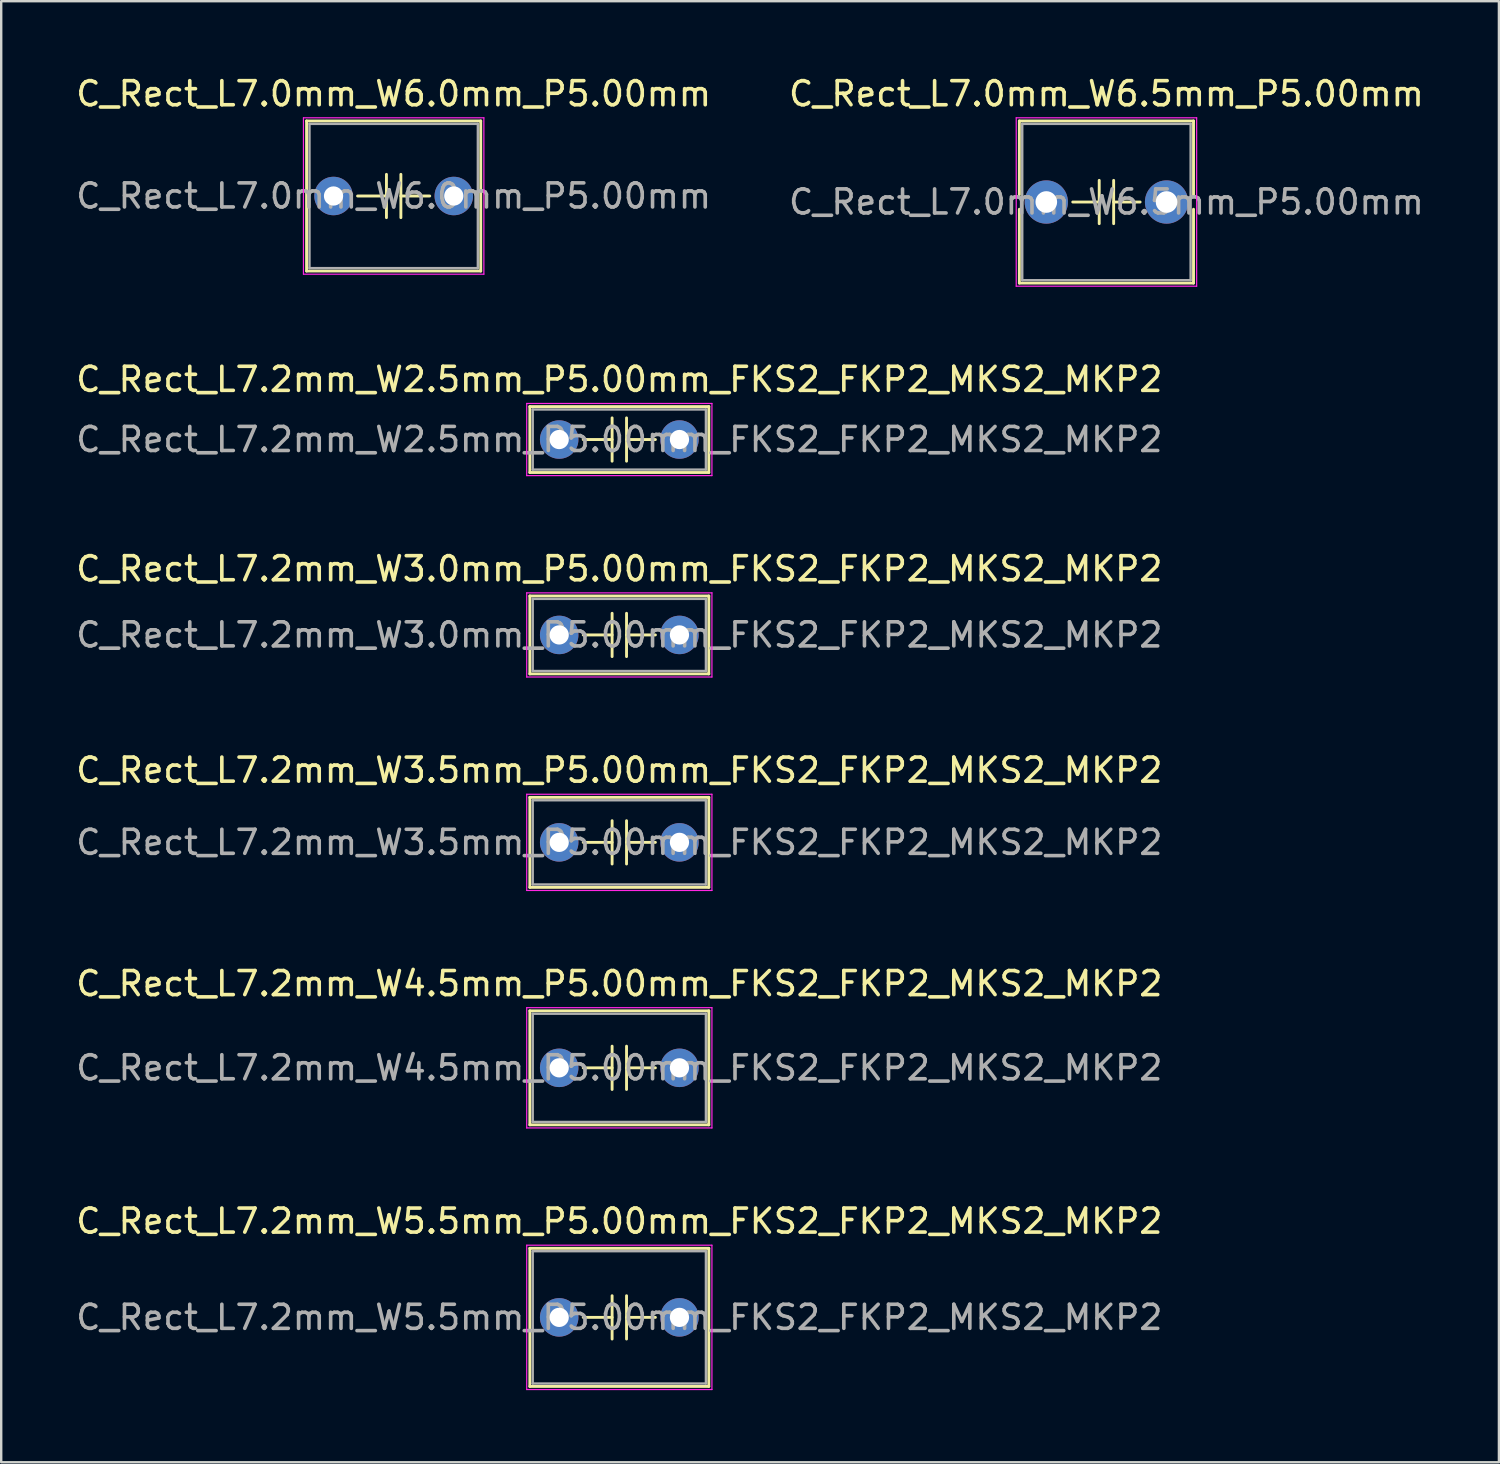
<source format=kicad_pcb>
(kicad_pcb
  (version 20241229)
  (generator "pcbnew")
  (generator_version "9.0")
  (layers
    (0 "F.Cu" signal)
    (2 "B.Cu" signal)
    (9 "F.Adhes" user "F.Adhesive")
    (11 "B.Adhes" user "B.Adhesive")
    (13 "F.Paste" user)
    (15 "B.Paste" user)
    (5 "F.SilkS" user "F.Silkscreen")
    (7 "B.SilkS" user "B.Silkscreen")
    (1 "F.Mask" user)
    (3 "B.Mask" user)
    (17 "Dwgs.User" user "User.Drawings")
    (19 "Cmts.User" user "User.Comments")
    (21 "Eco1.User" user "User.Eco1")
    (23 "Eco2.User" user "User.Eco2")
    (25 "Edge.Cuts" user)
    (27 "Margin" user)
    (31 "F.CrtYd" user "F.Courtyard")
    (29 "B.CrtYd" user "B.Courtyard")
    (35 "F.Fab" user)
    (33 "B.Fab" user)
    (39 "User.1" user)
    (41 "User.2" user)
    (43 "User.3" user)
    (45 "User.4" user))
  (footprint "C_Rect_L7.2mm_W3.0mm_P5.00mm_FKS2_FKP2_MKS2_MKP2"
    (layer "F.Cu")
    (at 20.196 23.345)
    (property "Reference" "C_Rect_L7.2mm_W3.0mm_P5.00mm_FKS2_FKP2_MKS2_MKP2" (at 2.5 -2.75 0) (layer "F.SilkS") (effects (font (size 1 1) (thickness 0.15))))
    (attr through_hole)
    (fp_line (start -1.22 -1.62) (end -1.22 1.62) (stroke (width 0.12) (type solid)) (layer "F.SilkS"))
    (fp_line (start -1.22 -1.62) (end 6.22 -1.62) (stroke (width 0.12) (type solid)) (layer "F.SilkS"))
    (fp_line (start -1.22 1.62) (end 6.22 1.62) (stroke (width 0.12) (type solid)) (layer "F.SilkS"))
    (fp_line (start 1 0) (end 2.2 0) (stroke (width 0.12) (type solid)) (layer "F.SilkS"))
    (fp_line (start 2.2 -0.9) (end 2.2 0.9) (stroke (width 0.12) (type solid)) (layer "F.SilkS"))
    (fp_line (start 2.8 -0.9) (end 2.8 0.9) (stroke (width 0.12) (type solid)) (layer "F.SilkS"))
    (fp_line (start 4 0) (end 2.8 0) (stroke (width 0.12) (type solid)) (layer "F.SilkS"))
    (fp_line (start 6.22 -1.62) (end 6.22 1.62) (stroke (width 0.12) (type solid)) (layer "F.SilkS"))
    (fp_line (start -1.35 -1.75) (end -1.35 1.75) (stroke (width 0.05) (type solid)) (layer "F.CrtYd"))
    (fp_line (start -1.35 1.75) (end 6.35 1.75) (stroke (width 0.05) (type solid)) (layer "F.CrtYd"))
    (fp_line (start 6.35 -1.75) (end -1.35 -1.75) (stroke (width 0.05) (type solid)) (layer "F.CrtYd"))
    (fp_line (start 6.35 1.75) (end 6.35 -1.75) (stroke (width 0.05) (type solid)) (layer "F.CrtYd"))
    (fp_line (start -1.1 -1.5) (end -1.1 1.5) (stroke (width 0.1) (type solid)) (layer "F.Fab"))
    (fp_line (start -1.1 1.5) (end 6.1 1.5) (stroke (width 0.1) (type solid)) (layer "F.Fab"))
    (fp_line (start 6.1 -1.5) (end -1.1 -1.5) (stroke (width 0.1) (type solid)) (layer "F.Fab"))
    (fp_line (start 6.1 1.5) (end 6.1 -1.5) (stroke (width 0.1) (type solid)) (layer "F.Fab"))
    (fp_text user "${REFERENCE}" (at 2.5 0 0) (layer "F.Fab") (effects (font (size 1 1) (thickness 0.15))))
    (pad "1" thru_hole circle (at 0 0) (size 1.6 1.6) (drill 0.8) (layers "*.Cu" "*.Mask"))
    (pad "2" thru_hole circle (at 5 0) (size 1.6 1.6) (drill 0.8) (layers "*.Cu" "*.Mask")))
  (footprint "C_Rect_L7.2mm_W5.5mm_P5.00mm_FKS2_FKP2_MKS2_MKP2"
    (layer "F.Cu")
    (at 20.196 51.715)
    (property "Reference" "C_Rect_L7.2mm_W5.5mm_P5.00mm_FKS2_FKP2_MKS2_MKP2" (at 2.5 -4 0) (layer "F.SilkS") (effects (font (size 1 1) (thickness 0.15))))
    (attr through_hole)
    (fp_line (start -1.22 -2.87) (end -1.22 2.87) (stroke (width 0.12) (type solid)) (layer "F.SilkS"))
    (fp_line (start -1.22 -2.87) (end 6.22 -2.87) (stroke (width 0.12) (type solid)) (layer "F.SilkS"))
    (fp_line (start -1.22 2.87) (end 6.22 2.87) (stroke (width 0.12) (type solid)) (layer "F.SilkS"))
    (fp_line (start 1 0) (end 2.2 0) (stroke (width 0.12) (type solid)) (layer "F.SilkS"))
    (fp_line (start 2.2 -0.9) (end 2.2 0.9) (stroke (width 0.12) (type solid)) (layer "F.SilkS"))
    (fp_line (start 2.8 -0.9) (end 2.8 0.9) (stroke (width 0.12) (type solid)) (layer "F.SilkS"))
    (fp_line (start 4 0) (end 2.8 0) (stroke (width 0.12) (type solid)) (layer "F.SilkS"))
    (fp_line (start 6.22 -2.87) (end 6.22 2.87) (stroke (width 0.12) (type solid)) (layer "F.SilkS"))
    (fp_line (start -1.35 -3) (end -1.35 3) (stroke (width 0.05) (type solid)) (layer "F.CrtYd"))
    (fp_line (start -1.35 3) (end 6.35 3) (stroke (width 0.05) (type solid)) (layer "F.CrtYd"))
    (fp_line (start 6.35 -3) (end -1.35 -3) (stroke (width 0.05) (type solid)) (layer "F.CrtYd"))
    (fp_line (start 6.35 3) (end 6.35 -3) (stroke (width 0.05) (type solid)) (layer "F.CrtYd"))
    (fp_line (start -1.1 -2.75) (end -1.1 2.75) (stroke (width 0.1) (type solid)) (layer "F.Fab"))
    (fp_line (start -1.1 2.75) (end 6.1 2.75) (stroke (width 0.1) (type solid)) (layer "F.Fab"))
    (fp_line (start 6.1 -2.75) (end -1.1 -2.75) (stroke (width 0.1) (type solid)) (layer "F.Fab"))
    (fp_line (start 6.1 2.75) (end 6.1 -2.75) (stroke (width 0.1) (type solid)) (layer "F.Fab"))
    (fp_text user "${REFERENCE}" (at 2.5 0 0) (layer "F.Fab") (effects (font (size 1 1) (thickness 0.15))))
    (pad "1" thru_hole circle (at 0 0) (size 1.6 1.6) (drill 0.8) (layers "*.Cu" "*.Mask"))
    (pad "2" thru_hole circle (at 5 0) (size 1.6 1.6) (drill 0.8) (layers "*.Cu" "*.Mask")))
  (footprint "C_Rect_L7.0mm_W6.0mm_P5.00mm"
    (layer "F.Cu")
    (at 10.815 5.098)
    (property "Reference" "C_Rect_L7.0mm_W6.0mm_P5.00mm" (at 2.5 -4.25 0) (layer "F.SilkS") (effects (font (size 1 1) (thickness 0.15))))
    (attr through_hole)
    (fp_line (start -1.12 -3.12) (end -1.12 3.12) (stroke (width 0.12) (type solid)) (layer "F.SilkS"))
    (fp_line (start -1.12 -3.12) (end 6.12 -3.12) (stroke (width 0.12) (type solid)) (layer "F.SilkS"))
    (fp_line (start -1.12 3.12) (end 6.12 3.12) (stroke (width 0.12) (type solid)) (layer "F.SilkS"))
    (fp_line (start 1 0) (end 2.2 0) (stroke (width 0.12) (type solid)) (layer "F.SilkS"))
    (fp_line (start 2.2 -0.9) (end 2.2 0.9) (stroke (width 0.12) (type solid)) (layer "F.SilkS"))
    (fp_line (start 2.8 -0.9) (end 2.8 0.9) (stroke (width 0.12) (type solid)) (layer "F.SilkS"))
    (fp_line (start 4 0) (end 2.8 0) (stroke (width 0.12) (type solid)) (layer "F.SilkS"))
    (fp_line (start 6.12 -3.12) (end 6.12 3.12) (stroke (width 0.12) (type solid)) (layer "F.SilkS"))
    (fp_line (start -1.25 -3.25) (end -1.25 3.25) (stroke (width 0.05) (type solid)) (layer "F.CrtYd"))
    (fp_line (start -1.25 3.25) (end 6.25 3.25) (stroke (width 0.05) (type solid)) (layer "F.CrtYd"))
    (fp_line (start 6.25 -3.25) (end -1.25 -3.25) (stroke (width 0.05) (type solid)) (layer "F.CrtYd"))
    (fp_line (start 6.25 3.25) (end 6.25 -3.25) (stroke (width 0.05) (type solid)) (layer "F.CrtYd"))
    (fp_line (start -1 -3) (end -1 3) (stroke (width 0.1) (type solid)) (layer "F.Fab"))
    (fp_line (start -1 3) (end 6 3) (stroke (width 0.1) (type solid)) (layer "F.Fab"))
    (fp_line (start 6 -3) (end -1 -3) (stroke (width 0.1) (type solid)) (layer "F.Fab"))
    (fp_line (start 6 3) (end 6 -3) (stroke (width 0.1) (type solid)) (layer "F.Fab"))
    (fp_text user "${REFERENCE}" (at 2.5 0 0) (layer "F.Fab") (effects (font (size 1 1) (thickness 0.15))))
    (pad "1" thru_hole circle (at 0 0) (size 1.6 1.6) (drill 0.8) (layers "*.Cu" "*.Mask"))
    (pad "2" thru_hole circle (at 5 0) (size 1.6 1.6) (drill 0.8) (layers "*.Cu" "*.Mask")))
  (footprint "C_Rect_L7.2mm_W2.5mm_P5.00mm_FKS2_FKP2_MKS2_MKP2"
    (layer "F.Cu")
    (at 20.196 15.222)
    (property "Reference" "C_Rect_L7.2mm_W2.5mm_P5.00mm_FKS2_FKP2_MKS2_MKP2" (at 2.5 -2.5 0) (layer "F.SilkS") (effects (font (size 1 1) (thickness 0.15))))
    (attr through_hole)
    (fp_line (start -1.22 -1.37) (end -1.22 1.37) (stroke (width 0.12) (type solid)) (layer "F.SilkS"))
    (fp_line (start -1.22 -1.37) (end 6.22 -1.37) (stroke (width 0.12) (type solid)) (layer "F.SilkS"))
    (fp_line (start -1.22 1.37) (end 6.22 1.37) (stroke (width 0.12) (type solid)) (layer "F.SilkS"))
    (fp_line (start 1 0) (end 2.2 0) (stroke (width 0.12) (type solid)) (layer "F.SilkS"))
    (fp_line (start 2.2 -0.9) (end 2.2 0.9) (stroke (width 0.12) (type solid)) (layer "F.SilkS"))
    (fp_line (start 2.8 -0.9) (end 2.8 0.9) (stroke (width 0.12) (type solid)) (layer "F.SilkS"))
    (fp_line (start 4 0) (end 2.8 0) (stroke (width 0.12) (type solid)) (layer "F.SilkS"))
    (fp_line (start 6.22 -1.37) (end 6.22 1.37) (stroke (width 0.12) (type solid)) (layer "F.SilkS"))
    (fp_line (start -1.35 -1.5) (end -1.35 1.5) (stroke (width 0.05) (type solid)) (layer "F.CrtYd"))
    (fp_line (start -1.35 1.5) (end 6.35 1.5) (stroke (width 0.05) (type solid)) (layer "F.CrtYd"))
    (fp_line (start 6.35 -1.5) (end -1.35 -1.5) (stroke (width 0.05) (type solid)) (layer "F.CrtYd"))
    (fp_line (start 6.35 1.5) (end 6.35 -1.5) (stroke (width 0.05) (type solid)) (layer "F.CrtYd"))
    (fp_line (start -1.1 -1.25) (end -1.1 1.25) (stroke (width 0.1) (type solid)) (layer "F.Fab"))
    (fp_line (start -1.1 1.25) (end 6.1 1.25) (stroke (width 0.1) (type solid)) (layer "F.Fab"))
    (fp_line (start 6.1 -1.25) (end -1.1 -1.25) (stroke (width 0.1) (type solid)) (layer "F.Fab"))
    (fp_line (start 6.1 1.25) (end 6.1 -1.25) (stroke (width 0.1) (type solid)) (layer "F.Fab"))
    (fp_text user "${REFERENCE}" (at 2.5 0 0) (layer "F.Fab") (effects (font (size 1 1) (thickness 0.15))))
    (pad "1" thru_hole circle (at 0 0) (size 1.6 1.6) (drill 0.8) (layers "*.Cu" "*.Mask"))
    (pad "2" thru_hole circle (at 5 0) (size 1.6 1.6) (drill 0.8) (layers "*.Cu" "*.Mask")))
  (footprint "C_Rect_L7.0mm_W6.5mm_P5.00mm"
    (layer "F.Cu")
    (at 40.446 5.348)
    (property "Reference" "C_Rect_L7.0mm_W6.5mm_P5.00mm" (at 2.5 -4.5 0) (layer "F.SilkS") (effects (font (size 1 1) (thickness 0.15))))
    (fp_line (start -1.12 -3.37) (end -1.12 -0.301) (stroke (width 0.12) (type solid)) (layer "F.SilkS"))
    (fp_line (start -1.12 -3.37) (end 6.12 -3.37) (stroke (width 0.12) (type solid)) (layer "F.SilkS"))
    (fp_line (start -1.12 0.301) (end -1.12 3.37) (stroke (width 0.12) (type solid)) (layer "F.SilkS"))
    (fp_line (start -1.12 3.37) (end 6.12 3.37) (stroke (width 0.12) (type solid)) (layer "F.SilkS"))
    (fp_line (start 1.1 0) (end 2.2 0) (stroke (width 0.12) (type solid)) (layer "F.SilkS"))
    (fp_line (start 2.2 -0.9) (end 2.2 0.9) (stroke (width 0.12) (type solid)) (layer "F.SilkS"))
    (fp_line (start 2.8 -0.9) (end 2.8 0.9) (stroke (width 0.12) (type solid)) (layer "F.SilkS"))
    (fp_line (start 3.9 0) (end 2.8 0) (stroke (width 0.12) (type solid)) (layer "F.SilkS"))
    (fp_line (start 6.12 -3.37) (end 6.12 -0.301) (stroke (width 0.12) (type solid)) (layer "F.SilkS"))
    (fp_line (start 6.12 0.301) (end 6.12 3.37) (stroke (width 0.12) (type solid)) (layer "F.SilkS"))
    (fp_line (start -1.25 -3.5) (end -1.25 3.5) (stroke (width 0.05) (type solid)) (layer "F.CrtYd"))
    (fp_line (start -1.25 3.5) (end 6.25 3.5) (stroke (width 0.05) (type solid)) (layer "F.CrtYd"))
    (fp_line (start 6.25 -3.5) (end -1.25 -3.5) (stroke (width 0.05) (type solid)) (layer "F.CrtYd"))
    (fp_line (start 6.25 3.5) (end 6.25 -3.5) (stroke (width 0.05) (type solid)) (layer "F.CrtYd"))
    (fp_line (start -1 -3.25) (end -1 3.25) (stroke (width 0.1) (type solid)) (layer "F.Fab"))
    (fp_line (start -1 3.25) (end 6 3.25) (stroke (width 0.1) (type solid)) (layer "F.Fab"))
    (fp_line (start 6 -3.25) (end -1 -3.25) (stroke (width 0.1) (type solid)) (layer "F.Fab"))
    (fp_line (start 6 3.25) (end 6 -3.25) (stroke (width 0.1) (type solid)) (layer "F.Fab"))
    (fp_text user "${REFERENCE}" (at 2.5 0 0) (layer "F.Fab") (effects (font (size 1 1) (thickness 0.15))))
    (pad "1" thru_hole circle (at 0 0) (size 1.8 1.8) (drill 0.9) (layers "*.Cu" "*.Mask"))
    (pad "2" thru_hole circle (at 5 0) (size 1.8 1.8) (drill 0.9) (layers "*.Cu" "*.Mask")))
  (footprint "C_Rect_L7.2mm_W4.5mm_P5.00mm_FKS2_FKP2_MKS2_MKP2"
    (layer "F.Cu")
    (at 20.196 41.341)
    (property "Reference" "C_Rect_L7.2mm_W4.5mm_P5.00mm_FKS2_FKP2_MKS2_MKP2" (at 2.5 -3.5 0) (layer "F.SilkS") (effects (font (size 1 1) (thickness 0.15))))
    (attr through_hole)
    (fp_line (start -1.22 -2.37) (end -1.22 2.37) (stroke (width 0.12) (type solid)) (layer "F.SilkS"))
    (fp_line (start -1.22 -2.37) (end 6.22 -2.37) (stroke (width 0.12) (type solid)) (layer "F.SilkS"))
    (fp_line (start -1.22 2.37) (end 6.22 2.37) (stroke (width 0.12) (type solid)) (layer "F.SilkS"))
    (fp_line (start 1 0) (end 2.2 0) (stroke (width 0.12) (type solid)) (layer "F.SilkS"))
    (fp_line (start 2.2 -0.9) (end 2.2 0.9) (stroke (width 0.12) (type solid)) (layer "F.SilkS"))
    (fp_line (start 2.8 -0.9) (end 2.8 0.9) (stroke (width 0.12) (type solid)) (layer "F.SilkS"))
    (fp_line (start 4 0) (end 2.8 0) (stroke (width 0.12) (type solid)) (layer "F.SilkS"))
    (fp_line (start 6.22 -2.37) (end 6.22 2.37) (stroke (width 0.12) (type solid)) (layer "F.SilkS"))
    (fp_line (start -1.35 -2.5) (end -1.35 2.5) (stroke (width 0.05) (type solid)) (layer "F.CrtYd"))
    (fp_line (start -1.35 2.5) (end 6.35 2.5) (stroke (width 0.05) (type solid)) (layer "F.CrtYd"))
    (fp_line (start 6.35 -2.5) (end -1.35 -2.5) (stroke (width 0.05) (type solid)) (layer "F.CrtYd"))
    (fp_line (start 6.35 2.5) (end 6.35 -2.5) (stroke (width 0.05) (type solid)) (layer "F.CrtYd"))
    (fp_line (start -1.1 -2.25) (end -1.1 2.25) (stroke (width 0.1) (type solid)) (layer "F.Fab"))
    (fp_line (start -1.1 2.25) (end 6.1 2.25) (stroke (width 0.1) (type solid)) (layer "F.Fab"))
    (fp_line (start 6.1 -2.25) (end -1.1 -2.25) (stroke (width 0.1) (type solid)) (layer "F.Fab"))
    (fp_line (start 6.1 2.25) (end 6.1 -2.25) (stroke (width 0.1) (type solid)) (layer "F.Fab"))
    (fp_text user "${REFERENCE}" (at 2.5 0 0) (layer "F.Fab") (effects (font (size 1 1) (thickness 0.15))))
    (pad "1" thru_hole circle (at 0 0) (size 1.6 1.6) (drill 0.8) (layers "*.Cu" "*.Mask"))
    (pad "2" thru_hole circle (at 5 0) (size 1.6 1.6) (drill 0.8) (layers "*.Cu" "*.Mask")))
  (footprint "C_Rect_L7.2mm_W3.5mm_P5.00mm_FKS2_FKP2_MKS2_MKP2"
    (layer "F.Cu")
    (at 20.196 31.968)
    (property "Reference" "C_Rect_L7.2mm_W3.5mm_P5.00mm_FKS2_FKP2_MKS2_MKP2" (at 2.5 -3 0) (layer "F.SilkS") (effects (font (size 1 1) (thickness 0.15))))
    (attr through_hole)
    (fp_line (start -1.22 -1.87) (end -1.22 1.87) (stroke (width 0.12) (type solid)) (layer "F.SilkS"))
    (fp_line (start -1.22 -1.87) (end 6.22 -1.87) (stroke (width 0.12) (type solid)) (layer "F.SilkS"))
    (fp_line (start -1.22 1.87) (end 6.22 1.87) (stroke (width 0.12) (type solid)) (layer "F.SilkS"))
    (fp_line (start 1 0) (end 2.2 0) (stroke (width 0.12) (type solid)) (layer "F.SilkS"))
    (fp_line (start 2.2 -0.9) (end 2.2 0.9) (stroke (width 0.12) (type solid)) (layer "F.SilkS"))
    (fp_line (start 2.8 -0.9) (end 2.8 0.9) (stroke (width 0.12) (type solid)) (layer "F.SilkS"))
    (fp_line (start 4 0) (end 2.8 0) (stroke (width 0.12) (type solid)) (layer "F.SilkS"))
    (fp_line (start 6.22 -1.87) (end 6.22 1.87) (stroke (width 0.12) (type solid)) (layer "F.SilkS"))
    (fp_line (start -1.35 -2) (end -1.35 2) (stroke (width 0.05) (type solid)) (layer "F.CrtYd"))
    (fp_line (start -1.35 2) (end 6.35 2) (stroke (width 0.05) (type solid)) (layer "F.CrtYd"))
    (fp_line (start 6.35 -2) (end -1.35 -2) (stroke (width 0.05) (type solid)) (layer "F.CrtYd"))
    (fp_line (start 6.35 2) (end 6.35 -2) (stroke (width 0.05) (type solid)) (layer "F.CrtYd"))
    (fp_line (start -1.1 -1.75) (end -1.1 1.75) (stroke (width 0.1) (type solid)) (layer "F.Fab"))
    (fp_line (start -1.1 1.75) (end 6.1 1.75) (stroke (width 0.1) (type solid)) (layer "F.Fab"))
    (fp_line (start 6.1 -1.75) (end -1.1 -1.75) (stroke (width 0.1) (type solid)) (layer "F.Fab"))
    (fp_line (start 6.1 1.75) (end 6.1 -1.75) (stroke (width 0.1) (type solid)) (layer "F.Fab"))
    (fp_text user "${REFERENCE}" (at 2.5 0 0) (layer "F.Fab") (effects (font (size 1 1) (thickness 0.15))))
    (pad "1" thru_hole circle (at 0 0) (size 1.6 1.6) (drill 0.8) (layers "*.Cu" "*.Mask"))
    (pad "2" thru_hole circle (at 5 0) (size 1.6 1.6) (drill 0.8) (layers "*.Cu" "*.Mask")))
  (gr_rect
    (start -3 -3)
    (end 59.262 57.739)
    (stroke (width 0.1) (type default))
    (fill no)
    (layer "Edge.Cuts")))
</source>
